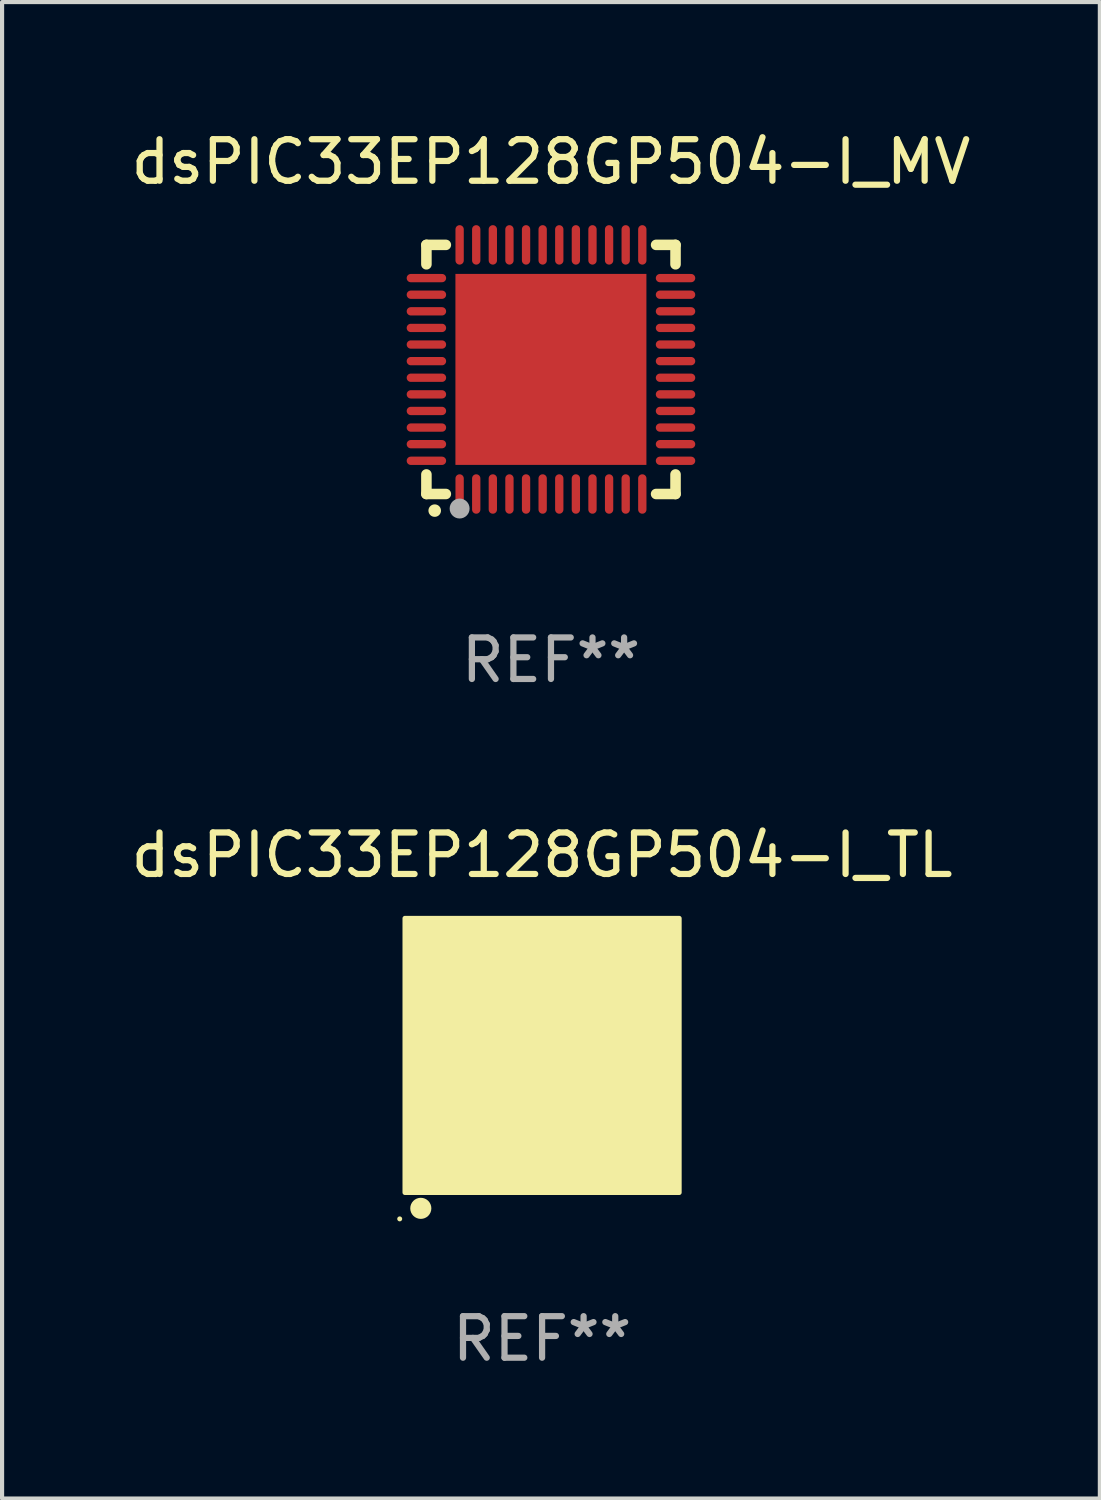
<source format=kicad_pcb>
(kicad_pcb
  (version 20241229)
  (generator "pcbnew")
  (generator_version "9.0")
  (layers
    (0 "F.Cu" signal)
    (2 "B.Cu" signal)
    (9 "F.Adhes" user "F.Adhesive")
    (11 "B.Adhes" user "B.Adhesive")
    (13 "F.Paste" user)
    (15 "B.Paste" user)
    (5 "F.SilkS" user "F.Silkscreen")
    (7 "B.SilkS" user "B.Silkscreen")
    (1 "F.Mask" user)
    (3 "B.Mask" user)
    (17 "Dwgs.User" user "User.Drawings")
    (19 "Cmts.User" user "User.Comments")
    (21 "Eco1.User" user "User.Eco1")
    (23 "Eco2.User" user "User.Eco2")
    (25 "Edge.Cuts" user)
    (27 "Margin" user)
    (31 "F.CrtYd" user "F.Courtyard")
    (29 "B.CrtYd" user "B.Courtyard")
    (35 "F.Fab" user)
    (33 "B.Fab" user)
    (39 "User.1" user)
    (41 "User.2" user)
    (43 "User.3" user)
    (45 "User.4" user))
  (footprint "dsPIC33EP128GP504-I_TL"
    (layer "F.Cu")
    (at 10.006 22.37)
    (property "Reference" "dsPIC33EP128GP504-I_TL" (at 0 -4.825 0) (layer "F.SilkS") (effects (font (size 1 1) (thickness 0.15))))
    (attr through_hole)
    (fp_circle (center -3.429 3.937) (end -3.399 3.937) (stroke (width 0.06) (type solid)) (fill no) (layer "F.SilkS"))
    (fp_circle (center -2.921 3.683) (end -2.794 3.683) (stroke (width 0.254) (type solid)) (fill no) (layer "F.SilkS"))
    (fp_poly (pts (xy -3.302 -3.302) (xy 3.302 -3.302) (xy 3.302 3.302) (xy -3.302 3.302)) (stroke (width 0.12) (type solid)) (fill yes) (layer "F.SilkS"))
    (fp_text user "REF**" (at 0 6.825 0) (layer "F.Fab") (effects (font (size 1 1) (thickness 0.15))))
    (pad "1" smd rect (at -2.25 2.825) (size 0.3 0.45) (layers "F.Cu" "F.Mask" "F.Paste"))
    (pad "2" smd rect (at -1.75 2.825) (size 0.3 0.45) (layers "F.Cu" "F.Mask" "F.Paste"))
    (pad "3" smd rect (at -1.25 2.825) (size 0.3 0.45) (layers "F.Cu" "F.Mask" "F.Paste"))
    (pad "4" smd rect (at -0.75 2.825) (size 0.3 0.45) (layers "F.Cu" "F.Mask" "F.Paste"))
    (pad "5" smd rect (at -0.25 2.825) (size 0.3 0.45) (layers "F.Cu" "F.Mask" "F.Paste"))
    (pad "6" smd rect (at 0.25 2.825) (size 0.3 0.45) (layers "F.Cu" "F.Mask" "F.Paste"))
    (pad "7" smd rect (at 0.75 2.825) (size 0.3 0.45) (layers "F.Cu" "F.Mask" "F.Paste"))
    (pad "8" smd rect (at 1.25 2.825) (size 0.3 0.45) (layers "F.Cu" "F.Mask" "F.Paste"))
    (pad "9" smd rect (at 1.75 2.825) (size 0.3 0.45) (layers "F.Cu" "F.Mask" "F.Paste"))
    (pad "10" smd rect (at 2.25 2.825) (size 0.3 0.45) (layers "F.Cu" "F.Mask" "F.Paste"))
    (pad "11" smd rect (at 2.825 2.825 90) (size 0.45 0.45) (layers "F.Cu" "F.Mask" "F.Paste"))
    (pad "12" smd rect (at 2.825 2.25 90) (size 0.3 0.45) (layers "F.Cu" "F.Mask" "F.Paste"))
    (pad "13" smd rect (at 2.825 1.75 90) (size 0.3 0.45) (layers "F.Cu" "F.Mask" "F.Paste"))
    (pad "14" smd rect (at 2.825 1.25 90) (size 0.3 0.45) (layers "F.Cu" "F.Mask" "F.Paste"))
    (pad "15" smd rect (at 2.825 0.75 90) (size 0.3 0.45) (layers "F.Cu" "F.Mask" "F.Paste"))
    (pad "16" smd rect (at 2.825 0.25 90) (size 0.3 0.45) (layers "F.Cu" "F.Mask" "F.Paste"))
    (pad "17" smd rect (at 2.825 -0.25 90) (size 0.3 0.45) (layers "F.Cu" "F.Mask" "F.Paste"))
    (pad "18" smd rect (at 2.825 -0.75 90) (size 0.3 0.45) (layers "F.Cu" "F.Mask" "F.Paste"))
    (pad "19" smd rect (at 2.825 -1.25 90) (size 0.3 0.45) (layers "F.Cu" "F.Mask" "F.Paste"))
    (pad "20" smd rect (at 2.825 -1.75 90) (size 0.3 0.45) (layers "F.Cu" "F.Mask" "F.Paste"))
    (pad "21" smd rect (at 2.825 -2.25 90) (size 0.3 0.45) (layers "F.Cu" "F.Mask" "F.Paste"))
    (pad "22" smd rect (at 2.825 -2.825 90) (size 0.45 0.45) (layers "F.Cu" "F.Mask" "F.Paste"))
    (pad "23" smd rect (at 2.25 -2.825) (size 0.3 0.45) (layers "F.Cu" "F.Mask" "F.Paste"))
    (pad "24" smd rect (at 1.75 -2.825) (size 0.3 0.45) (layers "F.Cu" "F.Mask" "F.Paste"))
    (pad "25" smd rect (at 1.25 -2.825) (size 0.3 0.45) (layers "F.Cu" "F.Mask" "F.Paste"))
    (pad "26" smd rect (at 0.75 -2.825) (size 0.3 0.45) (layers "F.Cu" "F.Mask" "F.Paste"))
    (pad "27" smd rect (at 0.25 -2.825) (size 0.3 0.45) (layers "F.Cu" "F.Mask" "F.Paste"))
    (pad "28" smd rect (at -0.25 -2.825) (size 0.3 0.45) (layers "F.Cu" "F.Mask" "F.Paste"))
    (pad "29" smd rect (at -0.75 -2.825) (size 0.3 0.45) (layers "F.Cu" "F.Mask" "F.Paste"))
    (pad "30" smd rect (at -1.25 -2.825) (size 0.3 0.45) (layers "F.Cu" "F.Mask" "F.Paste"))
    (pad "31" smd rect (at -1.75 -2.825) (size 0.3 0.45) (layers "F.Cu" "F.Mask" "F.Paste"))
    (pad "32" smd rect (at -2.25 -2.825) (size 0.3 0.45) (layers "F.Cu" "F.Mask" "F.Paste"))
    (pad "33" smd rect (at -2.825 -2.825 90) (size 0.45 0.45) (layers "F.Cu" "F.Mask" "F.Paste"))
    (pad "34" smd rect (at -2.825 -2.25 90) (size 0.3 0.45) (layers "F.Cu" "F.Mask" "F.Paste"))
    (pad "35" smd rect (at -2.825 -1.75 90) (size 0.3 0.45) (layers "F.Cu" "F.Mask" "F.Paste"))
    (pad "36" smd rect (at -2.825 -1.25 90) (size 0.3 0.45) (layers "F.Cu" "F.Mask" "F.Paste"))
    (pad "37" smd rect (at -2.825 -0.75 90) (size 0.3 0.45) (layers "F.Cu" "F.Mask" "F.Paste"))
    (pad "38" smd rect (at -2.825 -0.25 90) (size 0.3 0.45) (layers "F.Cu" "F.Mask" "F.Paste"))
    (pad "39" smd rect (at -2.825 0.25 90) (size 0.3 0.45) (layers "F.Cu" "F.Mask" "F.Paste"))
    (pad "40" smd rect (at -2.825 0.75 90) (size 0.3 0.45) (layers "F.Cu" "F.Mask" "F.Paste"))
    (pad "41" smd rect (at -2.825 1.25 90) (size 0.3 0.45) (layers "F.Cu" "F.Mask" "F.Paste"))
    (pad "42" smd rect (at -2.825 1.75 90) (size 0.3 0.45) (layers "F.Cu" "F.Mask" "F.Paste"))
    (pad "43" smd rect (at -2.825 2.25 90) (size 0.3 0.45) (layers "F.Cu" "F.Mask" "F.Paste"))
    (pad "44" smd rect (at -2.825 2.825 90) (size 0.45 0.45) (layers "F.Cu" "F.Mask" "F.Paste"))
    (pad "45" smd rect (at 0 0 90) (size 4.6 4.6) (layers "F.Cu" "F.Mask" "F.Paste")))
  (footprint "dsPIC33EP128GP504-I_MV"
    (layer "F.Cu")
    (at 10.22 5.848)
    (property "Reference" "dsPIC33EP128GP504-I_MV" (at 0 -5 0) (layer "F.SilkS") (effects (font (size 1 1) (thickness 0.15))))
    (attr through_hole)
    (fp_line (start -3 -3) (end -2.532 -3) (stroke (width 0.254) (type solid)) (layer "F.SilkS"))
    (fp_line (start -3 -2.532) (end -3 -3) (stroke (width 0.254) (type solid)) (layer "F.SilkS"))
    (fp_line (start -3 3) (end -3 2.529) (stroke (width 0.254) (type solid)) (layer "F.SilkS"))
    (fp_line (start -2.532 3) (end -3 3) (stroke (width 0.254) (type solid)) (layer "F.SilkS"))
    (fp_line (start 2.532 -3) (end 3 -3) (stroke (width 0.254) (type solid)) (layer "F.SilkS"))
    (fp_line (start 3 -3) (end 3 -2.532) (stroke (width 0.254) (type solid)) (layer "F.SilkS"))
    (fp_line (start 3 2.529) (end 3 3) (stroke (width 0.254) (type solid)) (layer "F.SilkS"))
    (fp_line (start 3 3) (end 2.532 3) (stroke (width 0.254) (type solid)) (layer "F.SilkS"))
    (fp_arc (start -2.801295 3.400025) (mid -2.800025 3.40002) (end -2.798755 3.400025) (stroke (width 0.3) (type solid)) (layer "F.SilkS"))
    (fp_circle (center -3 3) (end -2.97 3) (stroke (width 0.06) (type solid)) (fill no) (layer "F.SilkS"))
    (fp_circle (center -2.2 3.35) (end -2.08 3.35) (stroke (width 0.24) (type solid)) (fill no) (layer "F.Fab"))
    (fp_text user "REF**" (at 0 7 0) (layer "F.Fab") (effects (font (size 1 1) (thickness 0.15))))
    (pad "1" smd oval (at -2.2 3) (size 0.2 0.95) (layers "F.Cu" "F.Mask" "F.Paste"))
    (pad "2" smd oval (at -1.8 3) (size 0.2 0.95) (layers "F.Cu" "F.Mask" "F.Paste"))
    (pad "3" smd oval (at -1.4 3) (size 0.2 0.95) (layers "F.Cu" "F.Mask" "F.Paste"))
    (pad "4" smd oval (at -1 3) (size 0.2 0.95) (layers "F.Cu" "F.Mask" "F.Paste"))
    (pad "5" smd oval (at -0.6 3) (size 0.2 0.95) (layers "F.Cu" "F.Mask" "F.Paste"))
    (pad "6" smd oval (at -0.2 3) (size 0.2 0.95) (layers "F.Cu" "F.Mask" "F.Paste"))
    (pad "7" smd oval (at 0.2 3) (size 0.2 0.95) (layers "F.Cu" "F.Mask" "F.Paste"))
    (pad "8" smd oval (at 0.6 3) (size 0.2 0.95) (layers "F.Cu" "F.Mask" "F.Paste"))
    (pad "9" smd oval (at 1 3) (size 0.2 0.95) (layers "F.Cu" "F.Mask" "F.Paste"))
    (pad "10" smd oval (at 1.4 3) (size 0.2 0.95) (layers "F.Cu" "F.Mask" "F.Paste"))
    (pad "11" smd oval (at 1.8 3) (size 0.2 0.95) (layers "F.Cu" "F.Mask" "F.Paste"))
    (pad "12" smd oval (at 2.2 3) (size 0.2 0.95) (layers "F.Cu" "F.Mask" "F.Paste"))
    (pad "13" smd oval (at 3 2.2 90) (size 0.2 0.95) (layers "F.Cu" "F.Mask" "F.Paste"))
    (pad "14" smd oval (at 3 1.8 90) (size 0.2 0.95) (layers "F.Cu" "F.Mask" "F.Paste"))
    (pad "15" smd oval (at 3 1.4 90) (size 0.2 0.95) (layers "F.Cu" "F.Mask" "F.Paste"))
    (pad "16" smd oval (at 3 1 90) (size 0.2 0.95) (layers "F.Cu" "F.Mask" "F.Paste"))
    (pad "17" smd oval (at 3 0.6 90) (size 0.2 0.95) (layers "F.Cu" "F.Mask" "F.Paste"))
    (pad "18" smd oval (at 3 0.2 90) (size 0.2 0.95) (layers "F.Cu" "F.Mask" "F.Paste"))
    (pad "19" smd oval (at 3 -0.2 90) (size 0.2 0.95) (layers "F.Cu" "F.Mask" "F.Paste"))
    (pad "20" smd oval (at 3 -0.6 90) (size 0.2 0.95) (layers "F.Cu" "F.Mask" "F.Paste"))
    (pad "21" smd oval (at 3 -1 90) (size 0.2 0.95) (layers "F.Cu" "F.Mask" "F.Paste"))
    (pad "22" smd oval (at 3 -1.4 90) (size 0.2 0.95) (layers "F.Cu" "F.Mask" "F.Paste"))
    (pad "23" smd oval (at 3 -1.8 90) (size 0.2 0.95) (layers "F.Cu" "F.Mask" "F.Paste"))
    (pad "24" smd oval (at 3 -2.2 90) (size 0.2 0.95) (layers "F.Cu" "F.Mask" "F.Paste"))
    (pad "25" smd oval (at 2.2 -3 180) (size 0.2 0.95) (layers "F.Cu" "F.Mask" "F.Paste"))
    (pad "26" smd oval (at 1.8 -3 180) (size 0.2 0.95) (layers "F.Cu" "F.Mask" "F.Paste"))
    (pad "27" smd oval (at 1.4 -3 180) (size 0.2 0.95) (layers "F.Cu" "F.Mask" "F.Paste"))
    (pad "28" smd oval (at 1 -3 180) (size 0.2 0.95) (layers "F.Cu" "F.Mask" "F.Paste"))
    (pad "29" smd oval (at 0.6 -3 180) (size 0.2 0.95) (layers "F.Cu" "F.Mask" "F.Paste"))
    (pad "30" smd oval (at 0.2 -3 180) (size 0.2 0.95) (layers "F.Cu" "F.Mask" "F.Paste"))
    (pad "31" smd oval (at -0.2 -3 180) (size 0.2 0.95) (layers "F.Cu" "F.Mask" "F.Paste"))
    (pad "32" smd oval (at -0.6 -3 180) (size 0.2 0.95) (layers "F.Cu" "F.Mask" "F.Paste"))
    (pad "33" smd oval (at -1 -3 180) (size 0.2 0.95) (layers "F.Cu" "F.Mask" "F.Paste"))
    (pad "34" smd oval (at -1.4 -3 180) (size 0.2 0.95) (layers "F.Cu" "F.Mask" "F.Paste"))
    (pad "35" smd oval (at -1.8 -3 180) (size 0.2 0.95) (layers "F.Cu" "F.Mask" "F.Paste"))
    (pad "36" smd oval (at -2.2 -3 180) (size 0.2 0.95) (layers "F.Cu" "F.Mask" "F.Paste"))
    (pad "37" smd oval (at -3 -2.2 270) (size 0.2 0.95) (layers "F.Cu" "F.Mask" "F.Paste"))
    (pad "38" smd oval (at -3 -1.8 270) (size 0.2 0.95) (layers "F.Cu" "F.Mask" "F.Paste"))
    (pad "39" smd oval (at -3 -1.4 270) (size 0.2 0.95) (layers "F.Cu" "F.Mask" "F.Paste"))
    (pad "40" smd oval (at -3 -1 270) (size 0.2 0.95) (layers "F.Cu" "F.Mask" "F.Paste"))
    (pad "41" smd oval (at -3 -0.6 270) (size 0.2 0.95) (layers "F.Cu" "F.Mask" "F.Paste"))
    (pad "42" smd oval (at -3 -0.2 270) (size 0.2 0.95) (layers "F.Cu" "F.Mask" "F.Paste"))
    (pad "43" smd oval (at -3 0.2 270) (size 0.2 0.95) (layers "F.Cu" "F.Mask" "F.Paste"))
    (pad "44" smd oval (at -3 0.6 270) (size 0.2 0.95) (layers "F.Cu" "F.Mask" "F.Paste"))
    (pad "45" smd oval (at -3 1 270) (size 0.2 0.95) (layers "F.Cu" "F.Mask" "F.Paste"))
    (pad "46" smd oval (at -3 1.4 270) (size 0.2 0.95) (layers "F.Cu" "F.Mask" "F.Paste"))
    (pad "47" smd oval (at -3 1.8 270) (size 0.2 0.95) (layers "F.Cu" "F.Mask" "F.Paste"))
    (pad "48" smd oval (at -3 2.2 270) (size 0.2 0.95) (layers "F.Cu" "F.Mask" "F.Paste"))
    (pad "49" smd rect (at -0.001 -0.001 180) (size 4.6 4.6) (layers "F.Cu" "F.Mask" "F.Paste")))
  (gr_rect
    (start -3 -3)
    (end 23.44 33.043)
    (stroke (width 0.1) (type default))
    (fill no)
    (layer "Edge.Cuts")))
</source>
